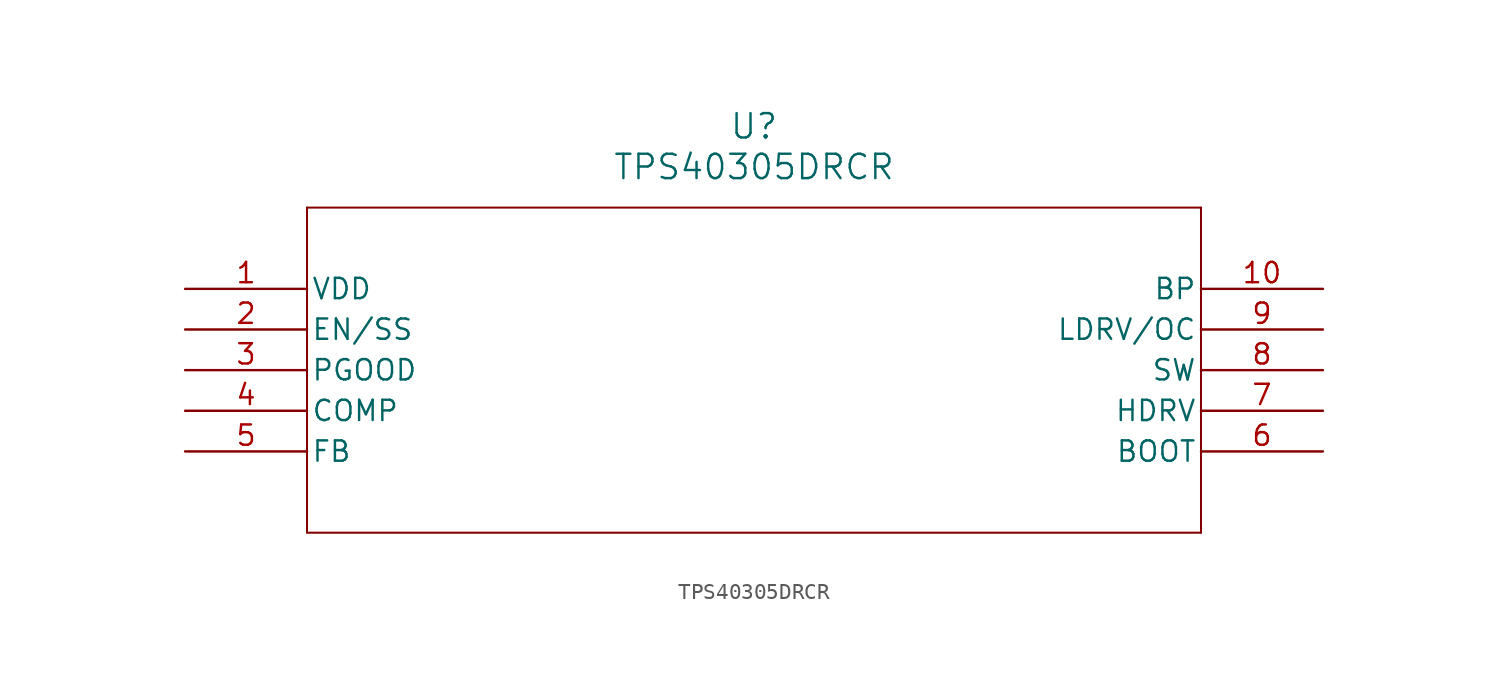
<source format=kicad_sym>
(kicad_symbol_lib
  (version 20211014)
  (generator kicad_symbol_editor)
  (symbol "TPS40305DRCR"
    (pin_names
      (offset 0.254))
    (property "Reference" "U"
      (at 35.56 10.16 0)
      (effects (font (size 1.524 1.524))))
    (property "Value" "TPS40305DRCR"
      (at 35.56 7.62 0)
      (effects (font (size 1.524 1.524))))
    (symbol "TPS40305DRCR_0_1"
      (polyline (pts (xy 7.62 5.08) (xy 7.62 -15.24)) (stroke (width 0.127) (type default) (color 0 0 0 0)) (fill (type none)))
      (polyline (pts (xy 7.62 -15.24) (xy 63.5 -15.24)) (stroke (width 0.127) (type default) (color 0 0 0 0)) (fill (type none)))
      (polyline (pts (xy 63.5 -15.24) (xy 63.5 5.08)) (stroke (width 0.127) (type default) (color 0 0 0 0)) (fill (type none)))
      (polyline (pts (xy 63.5 5.08) (xy 7.62 5.08)) (stroke (width 0.127) (type default) (color 0 0 0 0)) (fill (type none)))
      (pin input line (at 0 0 0) (length 7.62) (name "VDD" (effects (font (size 1.27 1.27)))) (number "1" (effects (font (size 1.27 1.27)))))
      (pin input line (at 0 -2.54 0) (length 7.62) (name "EN/SS" (effects (font (size 1.27 1.27)))) (number "2" (effects (font (size 1.27 1.27)))))
      (pin output line (at 0 -5.08 0) (length 7.62) (name "PGOOD" (effects (font (size 1.27 1.27)))) (number "3" (effects (font (size 1.27 1.27)))))
      (pin output line (at 0 -7.62 0) (length 7.62) (name "COMP" (effects (font (size 1.27 1.27)))) (number "4" (effects (font (size 1.27 1.27)))))
      (pin input line (at 0 -10.16 0) (length 7.62) (name "FB" (effects (font (size 1.27 1.27)))) (number "5" (effects (font (size 1.27 1.27)))))
      (pin input line (at 71.12 -10.16 180) (length 7.62) (name "BOOT" (effects (font (size 1.27 1.27)))) (number "6" (effects (font (size 1.27 1.27)))))
      (pin output line (at 71.12 -7.62 180) (length 7.62) (name "HDRV" (effects (font (size 1.27 1.27)))) (number "7" (effects (font (size 1.27 1.27)))))
      (pin output line (at 71.12 -5.08 180) (length 7.62) (name "SW" (effects (font (size 1.27 1.27)))) (number "8" (effects (font (size 1.27 1.27)))))
      (pin output line (at 71.12 -2.54 180) (length 7.62) (name "LDRV/OC" (effects (font (size 1.27 1.27)))) (number "9" (effects (font (size 1.27 1.27)))))
      (pin output line (at 71.12 0 180) (length 7.62) (name "BP" (effects (font (size 1.27 1.27)))) (number "10" (effects (font (size 1.27 1.27))))))))
</source>
